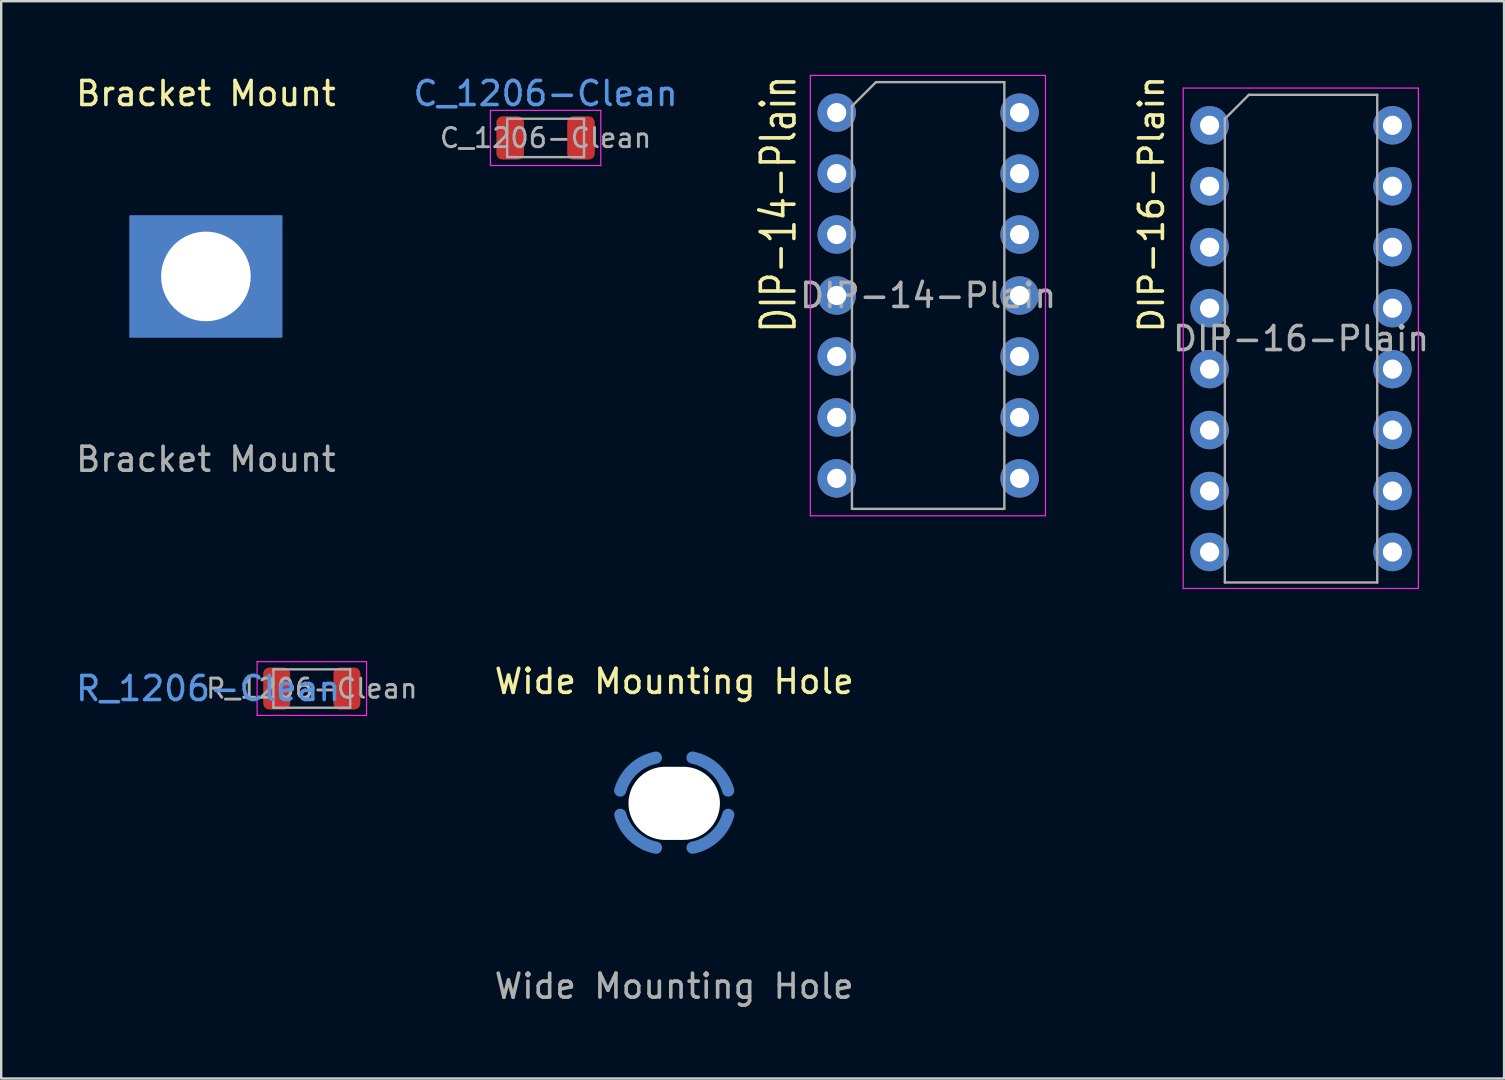
<source format=kicad_pcb>
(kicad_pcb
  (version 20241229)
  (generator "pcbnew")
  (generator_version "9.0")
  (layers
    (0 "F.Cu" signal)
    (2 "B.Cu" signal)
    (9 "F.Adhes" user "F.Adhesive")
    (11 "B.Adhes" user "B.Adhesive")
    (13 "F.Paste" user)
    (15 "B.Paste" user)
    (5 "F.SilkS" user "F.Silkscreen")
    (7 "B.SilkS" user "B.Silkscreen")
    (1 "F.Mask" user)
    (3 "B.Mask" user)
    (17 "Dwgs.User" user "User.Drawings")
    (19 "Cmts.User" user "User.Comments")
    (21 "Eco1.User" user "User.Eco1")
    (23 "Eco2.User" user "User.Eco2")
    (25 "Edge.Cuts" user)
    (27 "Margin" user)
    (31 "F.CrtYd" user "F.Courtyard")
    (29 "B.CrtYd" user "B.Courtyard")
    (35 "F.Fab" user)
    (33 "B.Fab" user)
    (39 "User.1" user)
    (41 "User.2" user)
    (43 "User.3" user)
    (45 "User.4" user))
  (footprint "DIP-16-Plain"
    (layer "F.Cu")
    (at 47.354 2.171)
    (property "Reference" "DIP-16-Plain" (at -2.423 3.287 90) (layer "F.SilkS") (effects (font (size 1 1) (thickness 0.15))))
    (attr through_hole)
    (fp_line (start -1.1 -1.55) (end -1.1 19.3) (stroke (width 0.05) (type solid)) (layer "F.CrtYd"))
    (fp_line (start -1.1 19.3) (end 8.7 19.3) (stroke (width 0.05) (type solid)) (layer "F.CrtYd"))
    (fp_line (start 8.7 -1.55) (end -1.1 -1.55) (stroke (width 0.05) (type solid)) (layer "F.CrtYd"))
    (fp_line (start 8.7 19.3) (end 8.7 -1.55) (stroke (width 0.05) (type solid)) (layer "F.CrtYd"))
    (fp_line (start 0.635 -0.27) (end 1.635 -1.27) (stroke (width 0.1) (type solid)) (layer "F.Fab"))
    (fp_line (start 0.635 19.05) (end 0.635 -0.27) (stroke (width 0.1) (type solid)) (layer "F.Fab"))
    (fp_line (start 1.635 -1.27) (end 6.985 -1.27) (stroke (width 0.1) (type solid)) (layer "F.Fab"))
    (fp_line (start 6.985 -1.27) (end 6.985 19.05) (stroke (width 0.1) (type solid)) (layer "F.Fab"))
    (fp_line (start 6.985 19.05) (end 0.635 19.05) (stroke (width 0.1) (type solid)) (layer "F.Fab"))
    (fp_text user "${REFERENCE}" (at 3.81 8.89 0) (layer "F.Fab") (effects (font (size 1 1) (thickness 0.15))))
    (pad "1" thru_hole circle (at 0 0) (size 1.6 1.6) (drill 0.8) (layers "*.Cu" "*.Mask"))
    (pad "2" thru_hole oval (at 0 2.54) (size 1.6 1.6) (drill 0.8) (layers "*.Cu" "*.Mask"))
    (pad "3" thru_hole oval (at 0 5.08) (size 1.6 1.6) (drill 0.8) (layers "*.Cu" "*.Mask"))
    (pad "4" thru_hole oval (at 0 7.62) (size 1.6 1.6) (drill 0.8) (layers "*.Cu" "*.Mask"))
    (pad "5" thru_hole oval (at 0 10.16) (size 1.6 1.6) (drill 0.8) (layers "*.Cu" "*.Mask"))
    (pad "6" thru_hole oval (at 0 12.7) (size 1.6 1.6) (drill 0.8) (layers "*.Cu" "*.Mask"))
    (pad "7" thru_hole oval (at 0 15.24) (size 1.6 1.6) (drill 0.8) (layers "*.Cu" "*.Mask"))
    (pad "8" thru_hole oval (at 0 17.78) (size 1.6 1.6) (drill 0.8) (layers "*.Cu" "*.Mask"))
    (pad "9" thru_hole oval (at 7.62 17.78) (size 1.6 1.6) (drill 0.8) (layers "*.Cu" "*.Mask"))
    (pad "10" thru_hole oval (at 7.62 15.24) (size 1.6 1.6) (drill 0.8) (layers "*.Cu" "*.Mask"))
    (pad "11" thru_hole oval (at 7.62 12.7) (size 1.6 1.6) (drill 0.8) (layers "*.Cu" "*.Mask"))
    (pad "12" thru_hole oval (at 7.62 10.16) (size 1.6 1.6) (drill 0.8) (layers "*.Cu" "*.Mask"))
    (pad "13" thru_hole oval (at 7.62 7.62) (size 1.6 1.6) (drill 0.8) (layers "*.Cu" "*.Mask"))
    (pad "14" thru_hole oval (at 7.62 5.08) (size 1.6 1.6) (drill 0.8) (layers "*.Cu" "*.Mask"))
    (pad "15" thru_hole oval (at 7.62 2.54) (size 1.6 1.6) (drill 0.8) (layers "*.Cu" "*.Mask"))
    (pad "16" thru_hole oval (at 7.62 0) (size 1.6 1.6) (drill 0.8) (layers "*.Cu" "*.Mask")))
  (footprint "Bracket Mount"
    (layer "F.Cu")
    (at 5.53 8.468)
    (property "Reference" "Bracket Mount" (at 0 -7.62 0) (unlocked yes) (layer "F.SilkS") (effects (font (size 1 1) (thickness 0.15))))
    (attr through_hole)
    (fp_rect (start -3.175 -2.54) (end 3.175 2.54) (stroke (width 0.025) (type solid)) (fill yes) (layer "B.Cu"))
    (fp_rect (start -3.175 -2.54) (end 3.175 2.54) (stroke (width 0.025) (type solid)) (fill yes) (layer "B.Mask"))
    (fp_text user "${REFERENCE}" (at 0 7.62 0) (unlocked yes) (layer "F.Fab") (effects (font (size 1 1) (thickness 0.15))))
    (pad "" np_thru_hole circle (at 0 0 90) (size 3.759 3.759) (drill 3.734) (layers "*.Cu" "*.Mask")))
  (footprint "R_1206-Clean"
    (layer "F.Cu")
    (at 9.943 25.641)
    (property "Reference" "R_1206-Clean" (at -4.318 0 0) (layer "Cmts.User") (effects (font (size 1 1) (thickness 0.15))))
    (attr smd)
    (fp_line (start -2.28 -1.12) (end 2.28 -1.12) (stroke (width 0.05) (type solid)) (layer "F.CrtYd"))
    (fp_line (start -2.28 1.12) (end -2.28 -1.12) (stroke (width 0.05) (type solid)) (layer "F.CrtYd"))
    (fp_line (start 2.28 -1.12) (end 2.28 1.12) (stroke (width 0.05) (type solid)) (layer "F.CrtYd"))
    (fp_line (start 2.28 1.12) (end -2.28 1.12) (stroke (width 0.05) (type solid)) (layer "F.CrtYd"))
    (fp_line (start -1.6 -0.8) (end 1.6 -0.8) (stroke (width 0.1) (type solid)) (layer "F.Fab"))
    (fp_line (start -1.6 0.8) (end -1.6 -0.8) (stroke (width 0.1) (type solid)) (layer "F.Fab"))
    (fp_line (start 1.6 -0.8) (end 1.6 0.8) (stroke (width 0.1) (type solid)) (layer "F.Fab"))
    (fp_line (start 1.6 0.8) (end -1.6 0.8) (stroke (width 0.1) (type solid)) (layer "F.Fab"))
    (fp_text user "${REFERENCE}" (at 0 0 0) (layer "F.Fab") (effects (font (size 0.8 0.8) (thickness 0.12))))
    (pad "1" smd roundrect (at -1.462 0) (size 1.125 1.75) (layers "F.Cu" "F.Mask" "F.Paste") (roundrect_rratio 0.222))
    (pad "2" smd roundrect (at 1.462 0) (size 1.125 1.75) (layers "F.Cu" "F.Mask" "F.Paste") (roundrect_rratio 0.222)))
  (footprint "Wide Mounting Hole"
    (layer "F.Cu")
    (at 25.044 30.425)
    (property "Reference" "Wide Mounting Hole" (at 0 -5.08 0) (unlocked yes) (layer "F.SilkS") (effects (font (size 1 1) (thickness 0.15))))
    (attr through_hole)
    (fp_arc (start -2.249965 -0.533708) (mid -1.69888 -1.427989) (end -0.762987 -1.905) (stroke (width 0.508) (type solid)) (layer "B.Cu"))
    (fp_arc (start -0.759079 1.848611) (mid -1.694972 1.3716) (end -2.246057 0.477319) (stroke (width 0.508) (type solid)) (layer "B.Cu"))
    (fp_arc (start 0.762 -1.905) (mid 1.697893 -1.427989) (end 2.248978 -0.533708) (stroke (width 0.508) (type solid)) (layer "B.Cu"))
    (fp_arc (start 2.252886 0.477319) (mid 1.701801 1.3716) (end 0.765908 1.848611) (stroke (width 0.508) (type solid)) (layer "B.Cu"))
    (fp_text user "${REFERENCE}" (at 0 7.62 0) (unlocked yes) (layer "F.Fab") (effects (font (size 1 1) (thickness 0.15))))
    (pad "" np_thru_hole oval (at 0 0) (size 3.81 3.048) (drill oval 3.81 3.048) (layers "*.Cu" "*.Mask")))
  (footprint "DIP-14-Plain"
    (layer "F.Cu")
    (at 31.815 1.643)
    (property "Reference" "DIP-14-Plain" (at -2.423 3.815 90) (layer "F.SilkS") (effects (font (size 1.4 1) (thickness 0.15))))
    (attr through_hole)
    (fp_line (start -1.1 -1.55) (end -1.1 16.8) (stroke (width 0.05) (type solid)) (layer "F.CrtYd"))
    (fp_line (start -1.1 16.8) (end 8.7 16.8) (stroke (width 0.05) (type solid)) (layer "F.CrtYd"))
    (fp_line (start 8.7 -1.55) (end -1.1 -1.55) (stroke (width 0.05) (type solid)) (layer "F.CrtYd"))
    (fp_line (start 8.7 16.8) (end 8.7 -1.55) (stroke (width 0.05) (type solid)) (layer "F.CrtYd"))
    (fp_line (start 0.635 -0.27) (end 1.635 -1.27) (stroke (width 0.1) (type solid)) (layer "F.Fab"))
    (fp_line (start 0.635 16.51) (end 0.635 -0.27) (stroke (width 0.1) (type solid)) (layer "F.Fab"))
    (fp_line (start 1.635 -1.27) (end 6.985 -1.27) (stroke (width 0.1) (type solid)) (layer "F.Fab"))
    (fp_line (start 6.985 -1.27) (end 6.985 16.51) (stroke (width 0.1) (type solid)) (layer "F.Fab"))
    (fp_line (start 6.985 16.51) (end 0.635 16.51) (stroke (width 0.1) (type solid)) (layer "F.Fab"))
    (fp_text user "${REFERENCE}" (at 3.81 7.62 0) (layer "F.Fab") (effects (font (size 1 1) (thickness 0.15))))
    (pad "1" thru_hole circle (at 0 0) (size 1.6 1.6) (drill 0.8) (layers "*.Cu" "*.Mask"))
    (pad "2" thru_hole oval (at 0 2.54) (size 1.6 1.6) (drill 0.8) (layers "*.Cu" "*.Mask"))
    (pad "3" thru_hole oval (at 0 5.08) (size 1.6 1.6) (drill 0.8) (layers "*.Cu" "*.Mask"))
    (pad "4" thru_hole oval (at 0 7.62) (size 1.6 1.6) (drill 0.8) (layers "*.Cu" "*.Mask"))
    (pad "5" thru_hole oval (at 0 10.16) (size 1.6 1.6) (drill 0.8) (layers "*.Cu" "*.Mask"))
    (pad "6" thru_hole oval (at 0 12.7) (size 1.6 1.6) (drill 0.8) (layers "*.Cu" "*.Mask"))
    (pad "7" thru_hole oval (at 0 15.24) (size 1.6 1.6) (drill 0.8) (layers "*.Cu" "*.Mask"))
    (pad "8" thru_hole oval (at 7.62 15.24) (size 1.6 1.6) (drill 0.8) (layers "*.Cu" "*.Mask"))
    (pad "9" thru_hole oval (at 7.62 12.7) (size 1.6 1.6) (drill 0.8) (layers "*.Cu" "*.Mask"))
    (pad "10" thru_hole oval (at 7.62 10.16) (size 1.6 1.6) (drill 0.8) (layers "*.Cu" "*.Mask"))
    (pad "11" thru_hole oval (at 7.62 7.62) (size 1.6 1.6) (drill 0.8) (layers "*.Cu" "*.Mask"))
    (pad "12" thru_hole oval (at 7.62 5.08) (size 1.6 1.6) (drill 0.8) (layers "*.Cu" "*.Mask"))
    (pad "13" thru_hole oval (at 7.62 2.54) (size 1.6 1.6) (drill 0.8) (layers "*.Cu" "*.Mask"))
    (pad "14" thru_hole oval (at 7.62 0) (size 1.6 1.6) (drill 0.8) (layers "*.Cu" "*.Mask")))
  (footprint "C_1206-Clean"
    (layer "F.Cu")
    (at 19.685 2.698)
    (property "Reference" "C_1206-Clean" (at 0 -1.85 180) (layer "Cmts.User") (effects (font (size 1 1) (thickness 0.15))))
    (attr smd)
    (fp_line (start -2.3 -1.15) (end 2.3 -1.15) (stroke (width 0.05) (type solid)) (layer "F.CrtYd"))
    (fp_line (start -2.3 1.15) (end -2.3 -1.15) (stroke (width 0.05) (type solid)) (layer "F.CrtYd"))
    (fp_line (start 2.3 -1.15) (end 2.3 1.15) (stroke (width 0.05) (type solid)) (layer "F.CrtYd"))
    (fp_line (start 2.3 1.15) (end -2.3 1.15) (stroke (width 0.05) (type solid)) (layer "F.CrtYd"))
    (fp_line (start -1.6 -0.8) (end 1.6 -0.8) (stroke (width 0.1) (type solid)) (layer "F.Fab"))
    (fp_line (start -1.6 0.8) (end -1.6 -0.8) (stroke (width 0.1) (type solid)) (layer "F.Fab"))
    (fp_line (start 1.6 -0.8) (end 1.6 0.8) (stroke (width 0.1) (type solid)) (layer "F.Fab"))
    (fp_line (start 1.6 0.8) (end -1.6 0.8) (stroke (width 0.1) (type solid)) (layer "F.Fab"))
    (fp_text user "${REFERENCE}" (at 0 0 180) (layer "F.Fab") (effects (font (size 0.8 0.8) (thickness 0.12))))
    (pad "1" smd roundrect (at -1.475 0) (size 1.15 1.8) (layers "F.Cu" "F.Mask" "F.Paste") (roundrect_rratio 0.217))
    (pad "2" smd roundrect (at 1.475 0) (size 1.15 1.8) (layers "F.Cu" "F.Mask" "F.Paste") (roundrect_rratio 0.217)))
  (gr_rect
    (start -3 -3)
    (end 59.623 41.893)
    (stroke (width 0.1) (type default))
    (fill no)
    (layer "Edge.Cuts")))
</source>
